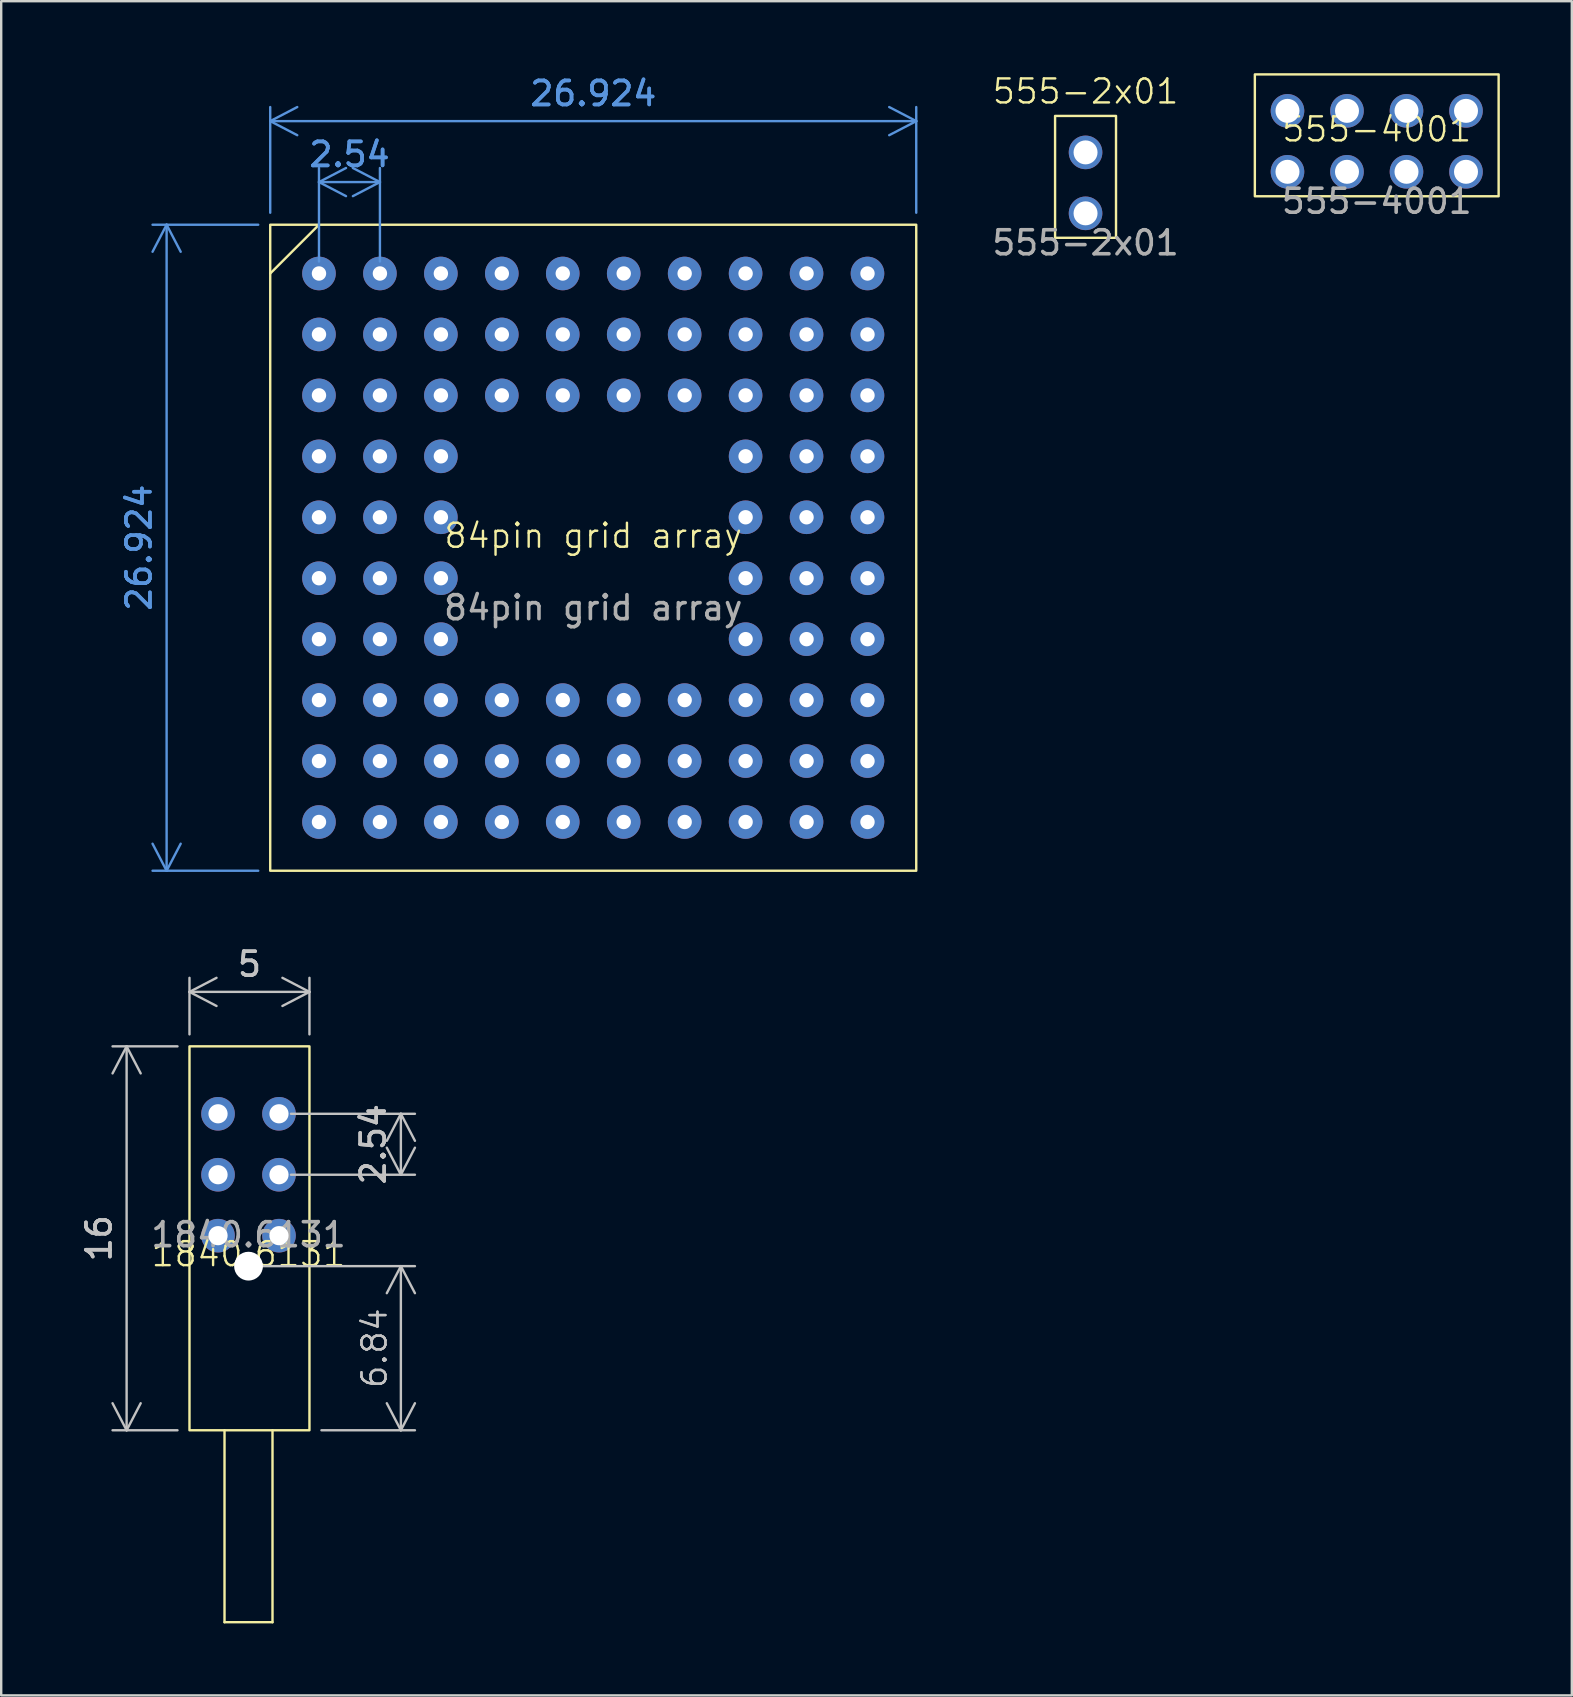
<source format=kicad_pcb>
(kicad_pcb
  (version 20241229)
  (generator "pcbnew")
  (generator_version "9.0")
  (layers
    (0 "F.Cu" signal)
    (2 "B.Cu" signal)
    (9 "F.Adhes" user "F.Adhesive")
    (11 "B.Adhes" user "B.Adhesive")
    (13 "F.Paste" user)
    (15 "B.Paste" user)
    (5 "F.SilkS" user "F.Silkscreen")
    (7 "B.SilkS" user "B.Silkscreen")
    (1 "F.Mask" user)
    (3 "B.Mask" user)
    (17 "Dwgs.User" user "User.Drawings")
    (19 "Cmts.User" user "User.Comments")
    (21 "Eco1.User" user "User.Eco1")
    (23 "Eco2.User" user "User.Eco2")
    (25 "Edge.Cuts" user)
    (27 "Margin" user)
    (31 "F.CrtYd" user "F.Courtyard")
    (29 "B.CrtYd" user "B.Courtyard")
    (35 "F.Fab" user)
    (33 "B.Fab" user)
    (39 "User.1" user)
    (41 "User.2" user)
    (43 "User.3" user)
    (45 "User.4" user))
  (footprint "555-4001"
    (layer "F.Cu")
    (at 54.328 2.84)
    (property "Reference" "555-4001" (at 0 -0.5 0) (unlocked yes) (layer "F.SilkS") (effects (font (size 1 1) (thickness 0.1))))
    (attr through_hole)
    (fp_rect (start -5.08 -2.79) (end 5.08 2.29) (stroke (width 0.1) (type solid)) (fill no) (layer "F.SilkS"))
    (fp_text user "${REFERENCE}" (at 0 2.5 0) (unlocked yes) (layer "F.Fab") (effects (font (size 1 1) (thickness 0.15))))
    (pad "1" thru_hole circle (at -3.72 1.27) (size 1.4 1.4) (drill 1) (layers "*.Cu" "*.Mask"))
    (pad "2" thru_hole circle (at -3.72 -1.27) (size 1.4 1.4) (drill 1) (layers "*.Cu" "*.Mask"))
    (pad "3" thru_hole circle (at -1.24 1.27) (size 1.4 1.4) (drill 1) (layers "*.Cu" "*.Mask"))
    (pad "4" thru_hole circle (at -1.24 -1.27) (size 1.4 1.4) (drill 1) (layers "*.Cu" "*.Mask"))
    (pad "5" thru_hole circle (at 1.24 1.27) (size 1.4 1.4) (drill 1) (layers "*.Cu" "*.Mask"))
    (pad "6" thru_hole circle (at 1.24 -1.27) (size 1.4 1.4) (drill 1) (layers "*.Cu" "*.Mask"))
    (pad "7" thru_hole circle (at 3.72 1.27) (size 1.4 1.4) (drill 1) (layers "*.Cu" "*.Mask"))
    (pad "8" thru_hole circle (at 3.72 -1.27) (size 1.4 1.4) (drill 1) (layers "*.Cu" "*.Mask")))
  (footprint "555-2x01"
    (layer "F.Cu")
    (at 42.192 4.571)
    (property "Reference" "555-2x01" (at 0 -3.81 0) (unlocked yes) (layer "F.SilkS") (effects (font (size 1 1) (thickness 0.1))))
    (attr through_hole)
    (fp_rect (start -1.27 -2.79) (end 1.27 2.29) (stroke (width 0.1) (type solid)) (fill no) (layer "F.SilkS"))
    (fp_text user "${REFERENCE}" (at 0 2.5 0) (unlocked yes) (layer "F.Fab") (effects (font (size 1 1) (thickness 0.15))))
    (pad "1" thru_hole circle (at 0 1.27) (size 1.4 1.4) (drill 1) (layers "*.Cu" "*.Mask"))
    (pad "2" thru_hole circle (at 0 -1.27) (size 1.4 1.4) (drill 1) (layers "*.Cu" "*.Mask")))
  (footprint "1840.6131"
    (layer "F.Cu")
    (at 7.307 45.909)
    (property "Reference" "1840.6131" (at 0 3.31 0) (unlocked yes) (layer "F.SilkS") (effects (font (size 1 1) (thickness 0.1))))
    (attr through_hole)
    (fp_line (start -1 10.65) (end -1 18.65) (stroke (width 0.1) (type solid)) (layer "F.SilkS"))
    (fp_line (start -1 18.65) (end 1 18.65) (stroke (width 0.1) (type default)) (layer "F.SilkS"))
    (fp_line (start 1 18.65) (end 1 10.65) (stroke (width 0.1) (type solid)) (layer "F.SilkS"))
    (fp_rect (start -2.46 -5.35) (end 2.54 10.65) (stroke (width 0.1) (type solid)) (fill no) (layer "F.SilkS"))
    (fp_text user "${REFERENCE}" (at 0 2.5 0) (unlocked yes) (layer "F.Fab") (effects (font (size 1 1) (thickness 0.15))))
    (dimension (type orthogonal) (layer "Dwgs.User") (pts (xy 9.847 56.559) (xy 7.307 49.719)) (height 3.81) (orientation 1) (format (prefix "") (suffix "") (units 3) (units_format 0) (precision 4) (suppress_zeroes yes)) (style (thickness 0.1) (arrow_length 1.27) (text_position_mode 0) (arrow_direction outward) (extension_height 0.586) (extension_offset 0.5) (keep_text_aligned yes)) (gr_text "6.84" (at 12.557 53.139 90) (layer "Dwgs.User") (effects (font (size 1 1) (thickness 0.1)))))
    (dimension (type orthogonal) (layer "Dwgs.User") (pts (xy 4.847 56.559) (xy 4.847 40.559)) (height -2.62) (orientation 1) (format (prefix "") (suffix "") (units 3) (units_format 0) (precision 4) (suppress_zeroes yes)) (style (thickness 0.1) (arrow_length 1.27) (text_position_mode 0) (arrow_direction outward) (extension_height 0.586) (extension_offset 0.5) (keep_text_aligned yes)) (gr_text "16" (at 1.077 48.559 90) (layer "Dwgs.User") (effects (font (size 1 1) (thickness 0.15)))))
    (dimension (type orthogonal) (layer "Dwgs.User") (pts (xy 8.577 43.369) (xy 8.577 45.909)) (height 5.08) (orientation 1) (format (prefix "") (suffix "") (units 3) (units_format 0) (precision 4) (suppress_zeroes yes)) (style (thickness 0.1) (arrow_length 1.27) (text_position_mode 0) (arrow_direction outward) (extension_height 0.586) (extension_offset 0.5) (keep_text_aligned yes)) (gr_text "2.54" (at 12.507 44.639 90) (layer "Dwgs.User") (effects (font (size 1 1) (thickness 0.15)))))
    (dimension (type orthogonal) (layer "Dwgs.User") (pts (xy 9.847 40.559) (xy 4.847 40.559)) (height -2.27) (orientation 0) (format (prefix "") (suffix "") (units 3) (units_format 0) (precision 4) (suppress_zeroes yes)) (style (thickness 0.1) (arrow_length 1.27) (text_position_mode 0) (arrow_direction outward) (extension_height 0.586) (extension_offset 0.5) (keep_text_aligned yes)) (gr_text "5" (at 7.347 37.139 0) (layer "Dwgs.User") (effects (font (size 1 1) (thickness 0.15)))))
    (pad "" np_thru_hole circle (at 0 3.81) (size 1.2 1.2) (drill 1.2) (layers "*.Cu" "*.Mask"))
    (pad "1" thru_hole circle (at -1.27 2.54) (size 1.4 1.4) (drill 0.8) (layers "*.Cu" "*.Mask"))
    (pad "2" thru_hole circle (at -1.27 0) (size 1.4 1.4) (drill 0.8) (layers "*.Cu" "*.Mask"))
    (pad "3" thru_hole circle (at -1.27 -2.54) (size 1.4 1.4) (drill 0.8) (layers "*.Cu" "*.Mask"))
    (pad "4" thru_hole circle (at 1.27 2.54) (size 1.4 1.4) (drill 0.8) (layers "*.Cu" "*.Mask"))
    (pad "5" thru_hole circle (at 1.27 0) (size 1.4 1.4) (drill 0.8) (layers "*.Cu" "*.Mask"))
    (pad "6" thru_hole circle (at 1.27 -2.54) (size 1.4 1.4) (drill 0.8) (layers "*.Cu" "*.Mask")))
  (footprint "84pin grid array"
    (layer "F.Cu")
    (at 21.674 19.778)
    (property "Reference" "84pin grid array" (at 0 -0.5 0) (unlocked yes) (layer "F.SilkS") (effects (font (size 1 1) (thickness 0.1))))
    (attr smd)
    (fp_line (start -13.462 -11.43) (end -11.43 -13.462) (stroke (width 0.1) (type solid)) (layer "F.SilkS"))
    (fp_rect (start -13.462 -13.462) (end 13.462 13.462) (stroke (width 0.1) (type solid)) (fill no) (layer "F.SilkS"))
    (fp_text user "${REFERENCE}" (at 0 2.5 0) (unlocked yes) (layer "F.Fab") (effects (font (size 1 1) (thickness 0.15))))
    (dimension (type orthogonal) (layer "Cmts.User") (pts (xy 10.244 8.348) (xy 12.784 8.348)) (height -3.81) (orientation 0) (format (prefix "") (suffix "") (units 3) (units_format 0) (precision 4) (suppress_zeroes yes)) (style (thickness 0.1) (arrow_length 1.27) (text_position_mode 0) (arrow_direction outward) (extension_height 0.586) (extension_offset 0.5) (keep_text_aligned yes)) (gr_text "2.54" (at 11.514 3.388 0) (layer "Cmts.User") (effects (font (size 1 1) (thickness 0.15)))))
    (dimension (type orthogonal) (layer "Cmts.User") (pts (xy 8.212 33.24) (xy 8.212 6.316)) (height -4.318) (orientation 1) (format (prefix "") (suffix "") (units 3) (units_format 0) (precision 4) (suppress_zeroes yes)) (style (thickness 0.1) (arrow_length 1.27) (text_position_mode 0) (arrow_direction outward) (extension_height 0.586) (extension_offset 0.5) (keep_text_aligned yes)) (gr_text "26.924" (at 2.744 19.778 90) (layer "Cmts.User") (effects (font (size 1 1) (thickness 0.15)))))
    (dimension (type orthogonal) (layer "Cmts.User") (pts (xy 8.212 6.316) (xy 35.136 6.316)) (height -4.318) (orientation 0) (format (prefix "") (suffix "") (units 3) (units_format 0) (precision 4) (suppress_zeroes yes)) (style (thickness 0.1) (arrow_length 1.27) (text_position_mode 0) (arrow_direction outward) (extension_height 0.586) (extension_offset 0.5) (keep_text_aligned yes)) (gr_text "26.924" (at 21.674 0.848 0) (layer "Cmts.User") (effects (font (size 1 1) (thickness 0.15)))))
    (pad "A1" thru_hole circle (at -11.43 -11.43) (size 1.4 1.4) (drill 0.6) (layers "*.Cu" "*.Mask"))
    (pad "A2" thru_hole circle (at -8.89 -11.43) (size 1.4 1.4) (drill 0.6) (layers "*.Cu" "*.Mask"))
    (pad "A3" thru_hole circle (at -6.35 -11.43) (size 1.4 1.4) (drill 0.6) (layers "*.Cu" "*.Mask"))
    (pad "A4" thru_hole circle (at -3.81 -11.43) (size 1.4 1.4) (drill 0.6) (layers "*.Cu" "*.Mask"))
    (pad "A5" thru_hole circle (at -1.27 -11.43) (size 1.4 1.4) (drill 0.6) (layers "*.Cu" "*.Mask"))
    (pad "A6" thru_hole circle (at 1.27 -11.43) (size 1.4 1.4) (drill 0.6) (layers "*.Cu" "*.Mask"))
    (pad "A7" thru_hole circle (at 3.81 -11.43) (size 1.4 1.4) (drill 0.6) (layers "*.Cu" "*.Mask"))
    (pad "A8" thru_hole circle (at 6.35 -11.43) (size 1.4 1.4) (drill 0.6) (layers "*.Cu" "*.Mask"))
    (pad "A9" thru_hole circle (at 8.89 -11.43) (size 1.4 1.4) (drill 0.6) (layers "*.Cu" "*.Mask"))
    (pad "A10" thru_hole circle (at 11.43 -11.43) (size 1.4 1.4) (drill 0.6) (layers "*.Cu" "*.Mask"))
    (pad "B1" thru_hole circle (at -11.43 -8.89) (size 1.4 1.4) (drill 0.6) (layers "*.Cu" "*.Mask"))
    (pad "B2" thru_hole circle (at -8.89 -8.89) (size 1.4 1.4) (drill 0.6) (layers "*.Cu" "*.Mask"))
    (pad "B3" thru_hole circle (at -6.35 -8.89) (size 1.4 1.4) (drill 0.6) (layers "*.Cu" "*.Mask"))
    (pad "B4" thru_hole circle (at -3.81 -8.89) (size 1.4 1.4) (drill 0.6) (layers "*.Cu" "*.Mask"))
    (pad "B5" thru_hole circle (at -1.27 -8.89) (size 1.4 1.4) (drill 0.6) (layers "*.Cu" "*.Mask"))
    (pad "B6" thru_hole circle (at 1.27 -8.89) (size 1.4 1.4) (drill 0.6) (layers "*.Cu" "*.Mask"))
    (pad "B7" thru_hole circle (at 3.81 -8.89) (size 1.4 1.4) (drill 0.6) (layers "*.Cu" "*.Mask"))
    (pad "B8" thru_hole circle (at 6.35 -8.89) (size 1.4 1.4) (drill 0.6) (layers "*.Cu" "*.Mask"))
    (pad "B9" thru_hole circle (at 8.89 -8.89) (size 1.4 1.4) (drill 0.6) (layers "*.Cu" "*.Mask"))
    (pad "B10" thru_hole circle (at 11.43 -8.89) (size 1.4 1.4) (drill 0.6) (layers "*.Cu" "*.Mask"))
    (pad "C1" thru_hole circle (at -11.43 -6.35) (size 1.4 1.4) (drill 0.6) (layers "*.Cu" "*.Mask"))
    (pad "C2" thru_hole circle (at -8.89 -6.35) (size 1.4 1.4) (drill 0.6) (layers "*.Cu" "*.Mask"))
    (pad "C3" thru_hole circle (at -6.35 -6.35) (size 1.4 1.4) (drill 0.6) (layers "*.Cu" "*.Mask"))
    (pad "C4" thru_hole circle (at -3.81 -6.35) (size 1.4 1.4) (drill 0.6) (layers "*.Cu" "*.Mask"))
    (pad "C5" thru_hole circle (at -1.27 -6.35) (size 1.4 1.4) (drill 0.6) (layers "*.Cu" "*.Mask"))
    (pad "C6" thru_hole circle (at 1.27 -6.35) (size 1.4 1.4) (drill 0.6) (layers "*.Cu" "*.Mask"))
    (pad "C7" thru_hole circle (at 3.81 -6.35) (size 1.4 1.4) (drill 0.6) (layers "*.Cu" "*.Mask"))
    (pad "C8" thru_hole circle (at 6.35 -6.35) (size 1.4 1.4) (drill 0.6) (layers "*.Cu" "*.Mask"))
    (pad "C9" thru_hole circle (at 8.89 -6.35) (size 1.4 1.4) (drill 0.6) (layers "*.Cu" "*.Mask"))
    (pad "C10" thru_hole circle (at 11.43 -6.35) (size 1.4 1.4) (drill 0.6) (layers "*.Cu" "*.Mask"))
    (pad "D1" thru_hole circle (at -11.43 -3.81) (size 1.4 1.4) (drill 0.6) (layers "*.Cu" "*.Mask"))
    (pad "D2" thru_hole circle (at -8.89 -3.81) (size 1.4 1.4) (drill 0.6) (layers "*.Cu" "*.Mask"))
    (pad "D3" thru_hole circle (at -6.35 -3.81) (size 1.4 1.4) (drill 0.6) (layers "*.Cu" "*.Mask"))
    (pad "D8" thru_hole circle (at 6.35 -3.81) (size 1.4 1.4) (drill 0.6) (layers "*.Cu" "*.Mask"))
    (pad "D9" thru_hole circle (at 8.89 -3.81) (size 1.4 1.4) (drill 0.6) (layers "*.Cu" "*.Mask"))
    (pad "D10" thru_hole circle (at 11.43 -3.81) (size 1.4 1.4) (drill 0.6) (layers "*.Cu" "*.Mask"))
    (pad "E1" thru_hole circle (at -11.43 -1.27) (size 1.4 1.4) (drill 0.6) (layers "*.Cu" "*.Mask"))
    (pad "E2" thru_hole circle (at -8.89 -1.27) (size 1.4 1.4) (drill 0.6) (layers "*.Cu" "*.Mask"))
    (pad "E3" thru_hole circle (at -6.35 -1.27) (size 1.4 1.4) (drill 0.6) (layers "*.Cu" "*.Mask"))
    (pad "E8" thru_hole circle (at 6.35 -1.27) (size 1.4 1.4) (drill 0.6) (layers "*.Cu" "*.Mask"))
    (pad "E9" thru_hole circle (at 8.89 -1.27) (size 1.4 1.4) (drill 0.6) (layers "*.Cu" "*.Mask"))
    (pad "E10" thru_hole circle (at 11.43 -1.27) (size 1.4 1.4) (drill 0.6) (layers "*.Cu" "*.Mask"))
    (pad "F1" thru_hole circle (at -11.43 1.27) (size 1.4 1.4) (drill 0.6) (layers "*.Cu" "*.Mask"))
    (pad "F2" thru_hole circle (at -8.89 1.27) (size 1.4 1.4) (drill 0.6) (layers "*.Cu" "*.Mask"))
    (pad "F3" thru_hole circle (at -6.35 1.27) (size 1.4 1.4) (drill 0.6) (layers "*.Cu" "*.Mask"))
    (pad "F8" thru_hole circle (at 6.35 1.27) (size 1.4 1.4) (drill 0.6) (layers "*.Cu" "*.Mask"))
    (pad "F9" thru_hole circle (at 8.89 1.27) (size 1.4 1.4) (drill 0.6) (layers "*.Cu" "*.Mask"))
    (pad "F10" thru_hole circle (at 11.43 1.27) (size 1.4 1.4) (drill 0.6) (layers "*.Cu" "*.Mask"))
    (pad "G1" thru_hole circle (at -11.43 3.81) (size 1.4 1.4) (drill 0.6) (layers "*.Cu" "*.Mask"))
    (pad "G2" thru_hole circle (at -8.89 3.81) (size 1.4 1.4) (drill 0.6) (layers "*.Cu" "*.Mask"))
    (pad "G3" thru_hole circle (at -6.35 3.81) (size 1.4 1.4) (drill 0.6) (layers "*.Cu" "*.Mask"))
    (pad "G8" thru_hole circle (at 6.35 3.81) (size 1.4 1.4) (drill 0.6) (layers "*.Cu" "*.Mask"))
    (pad "G9" thru_hole circle (at 8.89 3.81) (size 1.4 1.4) (drill 0.6) (layers "*.Cu" "*.Mask"))
    (pad "G10" thru_hole circle (at 11.43 3.81) (size 1.4 1.4) (drill 0.6) (layers "*.Cu" "*.Mask"))
    (pad "H1" thru_hole circle (at -11.43 6.35) (size 1.4 1.4) (drill 0.6) (layers "*.Cu" "*.Mask"))
    (pad "H2" thru_hole circle (at -8.89 6.35) (size 1.4 1.4) (drill 0.6) (layers "*.Cu" "*.Mask"))
    (pad "H3" thru_hole circle (at -6.35 6.35) (size 1.4 1.4) (drill 0.6) (layers "*.Cu" "*.Mask"))
    (pad "H4" thru_hole circle (at -3.81 6.35) (size 1.4 1.4) (drill 0.6) (layers "*.Cu" "*.Mask"))
    (pad "H5" thru_hole circle (at -1.27 6.35) (size 1.4 1.4) (drill 0.6) (layers "*.Cu" "*.Mask"))
    (pad "H6" thru_hole circle (at 1.27 6.35) (size 1.4 1.4) (drill 0.6) (layers "*.Cu" "*.Mask"))
    (pad "H7" thru_hole circle (at 3.81 6.35) (size 1.4 1.4) (drill 0.6) (layers "*.Cu" "*.Mask"))
    (pad "H8" thru_hole circle (at 6.35 6.35) (size 1.4 1.4) (drill 0.6) (layers "*.Cu" "*.Mask"))
    (pad "H9" thru_hole circle (at 8.89 6.35) (size 1.4 1.4) (drill 0.6) (layers "*.Cu" "*.Mask"))
    (pad "H10" thru_hole circle (at 11.43 6.35) (size 1.4 1.4) (drill 0.6) (layers "*.Cu" "*.Mask"))
    (pad "J1" thru_hole circle (at -11.43 8.89) (size 1.4 1.4) (drill 0.6) (layers "*.Cu" "*.Mask"))
    (pad "J2" thru_hole circle (at -8.89 8.89) (size 1.4 1.4) (drill 0.6) (layers "*.Cu" "*.Mask"))
    (pad "J3" thru_hole circle (at -6.35 8.89) (size 1.4 1.4) (drill 0.6) (layers "*.Cu" "*.Mask"))
    (pad "J4" thru_hole circle (at -3.81 8.89) (size 1.4 1.4) (drill 0.6) (layers "*.Cu" "*.Mask"))
    (pad "J5" thru_hole circle (at -1.27 8.89) (size 1.4 1.4) (drill 0.6) (layers "*.Cu" "*.Mask"))
    (pad "J6" thru_hole circle (at 1.27 8.89) (size 1.4 1.4) (drill 0.6) (layers "*.Cu" "*.Mask"))
    (pad "J7" thru_hole circle (at 3.81 8.89) (size 1.4 1.4) (drill 0.6) (layers "*.Cu" "*.Mask"))
    (pad "J8" thru_hole circle (at 6.35 8.89) (size 1.4 1.4) (drill 0.6) (layers "*.Cu" "*.Mask"))
    (pad "J9" thru_hole circle (at 8.89 8.89) (size 1.4 1.4) (drill 0.6) (layers "*.Cu" "*.Mask"))
    (pad "J10" thru_hole circle (at 11.43 8.89) (size 1.4 1.4) (drill 0.6) (layers "*.Cu" "*.Mask"))
    (pad "K1" thru_hole circle (at -11.43 11.43) (size 1.4 1.4) (drill 0.6) (layers "*.Cu" "*.Mask"))
    (pad "K2" thru_hole circle (at -8.89 11.43) (size 1.4 1.4) (drill 0.6) (layers "*.Cu" "*.Mask"))
    (pad "K3" thru_hole circle (at -6.35 11.43) (size 1.4 1.4) (drill 0.6) (layers "*.Cu" "*.Mask"))
    (pad "K4" thru_hole circle (at -3.81 11.43) (size 1.4 1.4) (drill 0.6) (layers "*.Cu" "*.Mask"))
    (pad "K5" thru_hole circle (at -1.27 11.43) (size 1.4 1.4) (drill 0.6) (layers "*.Cu" "*.Mask"))
    (pad "K6" thru_hole circle (at 1.27 11.43) (size 1.4 1.4) (drill 0.6) (layers "*.Cu" "*.Mask"))
    (pad "K7" thru_hole circle (at 3.81 11.43) (size 1.4 1.4) (drill 0.6) (layers "*.Cu" "*.Mask"))
    (pad "K8" thru_hole circle (at 6.35 11.43) (size 1.4 1.4) (drill 0.6) (layers "*.Cu" "*.Mask"))
    (pad "K9" thru_hole circle (at 8.89 11.43) (size 1.4 1.4) (drill 0.6) (layers "*.Cu" "*.Mask"))
    (pad "K10" thru_hole circle (at 11.43 11.43) (size 1.4 1.4) (drill 0.6) (layers "*.Cu" "*.Mask")))
  (gr_rect
    (start -3 -3)
    (end 62.458 67.609)
    (stroke (width 0.1) (type default))
    (fill no)
    (layer "Edge.Cuts")))
</source>
